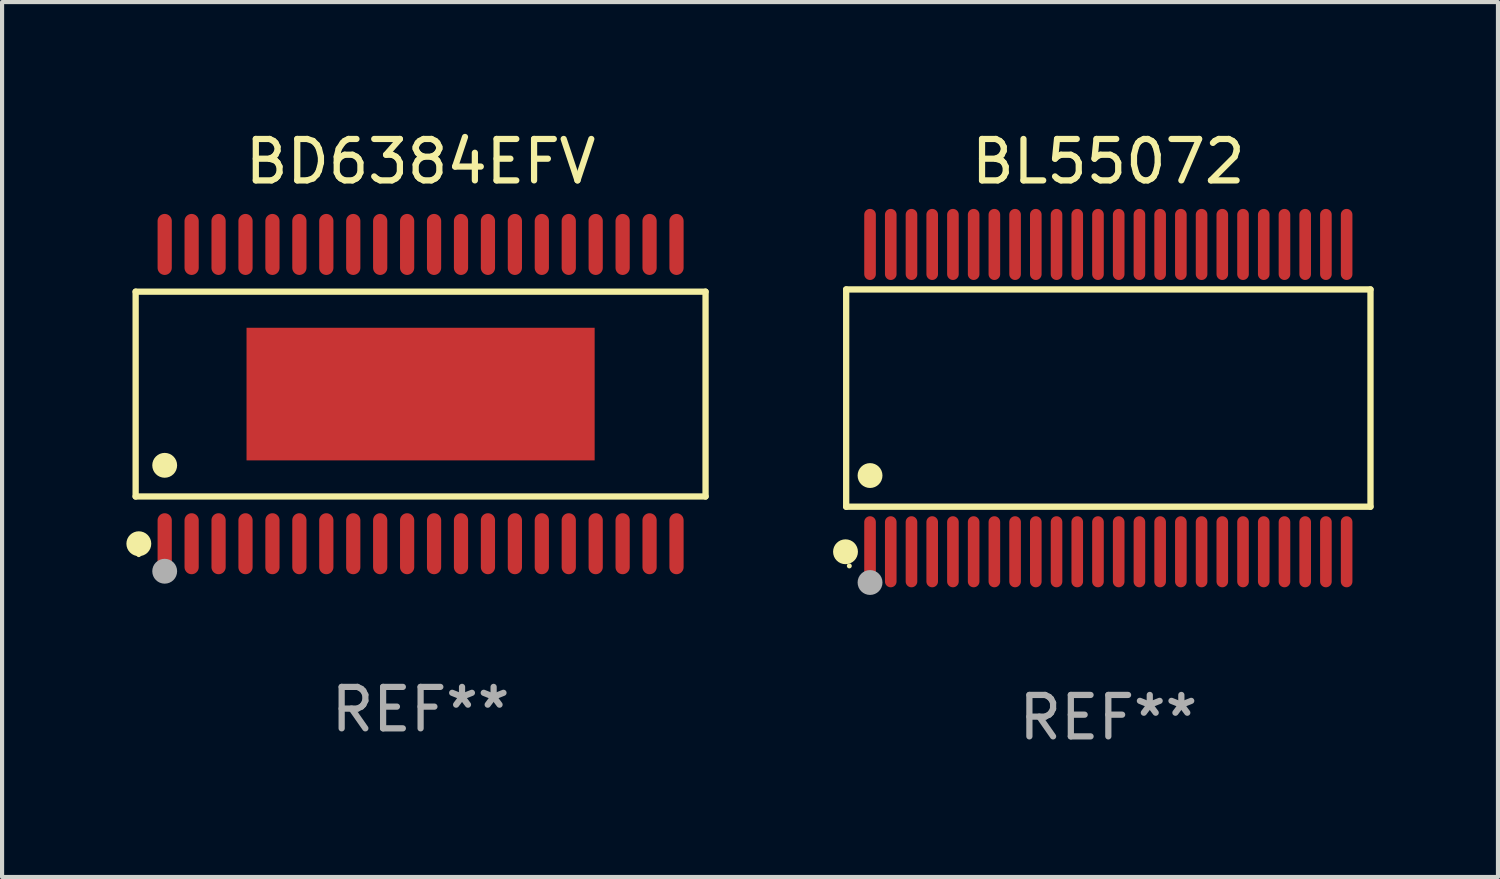
<source format=kicad_pcb>
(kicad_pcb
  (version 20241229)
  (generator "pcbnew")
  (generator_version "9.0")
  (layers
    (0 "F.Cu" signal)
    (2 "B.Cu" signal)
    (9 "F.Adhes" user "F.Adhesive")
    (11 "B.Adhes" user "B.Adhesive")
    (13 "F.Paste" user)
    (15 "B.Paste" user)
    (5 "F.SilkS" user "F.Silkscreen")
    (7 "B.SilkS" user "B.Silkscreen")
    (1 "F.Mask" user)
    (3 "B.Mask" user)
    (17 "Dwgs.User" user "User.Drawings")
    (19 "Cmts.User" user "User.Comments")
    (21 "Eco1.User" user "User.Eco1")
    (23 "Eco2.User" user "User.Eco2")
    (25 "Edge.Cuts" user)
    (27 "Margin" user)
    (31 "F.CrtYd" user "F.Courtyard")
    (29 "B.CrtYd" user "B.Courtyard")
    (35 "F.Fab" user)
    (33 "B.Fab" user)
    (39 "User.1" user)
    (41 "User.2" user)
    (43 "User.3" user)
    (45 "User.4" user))
  (footprint "BD6384EFV"
    (layer "F.Cu")
    (at 7.099 6.459)
    (property "Reference" "BD6384EFV" (at 0 -5.611 0) (layer "F.SilkS") (effects (font (size 1 1) (thickness 0.15))))
    (attr through_hole)
    (fp_line (start -6.876 -2.471) (end 6.876 -2.471) (stroke (width 0.152) (type solid)) (layer "F.SilkS"))
    (fp_line (start -6.876 2.471) (end -6.876 -2.471) (stroke (width 0.152) (type solid)) (layer "F.SilkS"))
    (fp_line (start 6.876 -2.471) (end 6.876 2.471) (stroke (width 0.152) (type solid)) (layer "F.SilkS"))
    (fp_line (start 6.876 2.471) (end -6.876 2.471) (stroke (width 0.152) (type solid)) (layer "F.SilkS"))
    (fp_circle (center -6.8 3.875) (end -6.77 3.875) (stroke (width 0.06) (type solid)) (fill no) (layer "F.SilkS"))
    (fp_circle (center -6.799 3.611) (end -6.649 3.611) (stroke (width 0.3) (type solid)) (fill no) (layer "F.SilkS"))
    (fp_circle (center -6.175 1.719) (end -6.025 1.719) (stroke (width 0.3) (type solid)) (fill no) (layer "F.SilkS"))
    (fp_circle (center -6.175 4.275) (end -6.025 4.275) (stroke (width 0.3) (type solid)) (fill no) (layer "F.Fab"))
    (fp_text user "REF**" (at 0 7.611 0) (layer "F.Fab") (effects (font (size 1 1) (thickness 0.15))))
    (pad "1" smd oval (at -6.175 3.611) (size 0.343 1.472) (layers "F.Cu" "F.Mask" "F.Paste"))
    (pad "2" smd oval (at -5.525 3.611) (size 0.343 1.472) (layers "F.Cu" "F.Mask" "F.Paste"))
    (pad "3" smd oval (at -4.875 3.611) (size 0.343 1.472) (layers "F.Cu" "F.Mask" "F.Paste"))
    (pad "4" smd oval (at -4.225 3.611) (size 0.343 1.472) (layers "F.Cu" "F.Mask" "F.Paste"))
    (pad "5" smd oval (at -3.575 3.611) (size 0.343 1.472) (layers "F.Cu" "F.Mask" "F.Paste"))
    (pad "6" smd oval (at -2.925 3.611) (size 0.343 1.472) (layers "F.Cu" "F.Mask" "F.Paste"))
    (pad "7" smd oval (at -2.275 3.611) (size 0.343 1.472) (layers "F.Cu" "F.Mask" "F.Paste"))
    (pad "8" smd oval (at -1.625 3.611) (size 0.343 1.472) (layers "F.Cu" "F.Mask" "F.Paste"))
    (pad "9" smd oval (at -0.975 3.611) (size 0.343 1.472) (layers "F.Cu" "F.Mask" "F.Paste"))
    (pad "10" smd oval (at -0.325 3.611) (size 0.343 1.472) (layers "F.Cu" "F.Mask" "F.Paste"))
    (pad "11" smd oval (at 0.325 3.611) (size 0.343 1.472) (layers "F.Cu" "F.Mask" "F.Paste"))
    (pad "12" smd oval (at 0.975 3.611) (size 0.343 1.472) (layers "F.Cu" "F.Mask" "F.Paste"))
    (pad "13" smd oval (at 1.625 3.611) (size 0.343 1.472) (layers "F.Cu" "F.Mask" "F.Paste"))
    (pad "14" smd oval (at 2.275 3.611) (size 0.343 1.472) (layers "F.Cu" "F.Mask" "F.Paste"))
    (pad "15" smd oval (at 2.925 3.611) (size 0.343 1.472) (layers "F.Cu" "F.Mask" "F.Paste"))
    (pad "16" smd oval (at 3.575 3.611) (size 0.343 1.472) (layers "F.Cu" "F.Mask" "F.Paste"))
    (pad "17" smd oval (at 4.225 3.611) (size 0.343 1.472) (layers "F.Cu" "F.Mask" "F.Paste"))
    (pad "18" smd oval (at 4.875 3.611) (size 0.343 1.472) (layers "F.Cu" "F.Mask" "F.Paste"))
    (pad "19" smd oval (at 5.525 3.611) (size 0.343 1.472) (layers "F.Cu" "F.Mask" "F.Paste"))
    (pad "20" smd oval (at 6.175 3.611) (size 0.343 1.472) (layers "F.Cu" "F.Mask" "F.Paste"))
    (pad "21" smd oval (at 6.175 -3.611) (size 0.343 1.472) (layers "F.Cu" "F.Mask" "F.Paste"))
    (pad "22" smd oval (at 5.525 -3.611) (size 0.343 1.472) (layers "F.Cu" "F.Mask" "F.Paste"))
    (pad "23" smd oval (at 4.875 -3.611) (size 0.343 1.472) (layers "F.Cu" "F.Mask" "F.Paste"))
    (pad "24" smd oval (at 4.225 -3.611) (size 0.343 1.472) (layers "F.Cu" "F.Mask" "F.Paste"))
    (pad "25" smd oval (at 3.575 -3.611) (size 0.343 1.472) (layers "F.Cu" "F.Mask" "F.Paste"))
    (pad "26" smd oval (at 2.925 -3.611) (size 0.343 1.472) (layers "F.Cu" "F.Mask" "F.Paste"))
    (pad "27" smd oval (at 2.275 -3.611) (size 0.343 1.472) (layers "F.Cu" "F.Mask" "F.Paste"))
    (pad "28" smd oval (at 1.625 -3.611) (size 0.343 1.472) (layers "F.Cu" "F.Mask" "F.Paste"))
    (pad "29" smd oval (at 0.975 -3.611) (size 0.343 1.472) (layers "F.Cu" "F.Mask" "F.Paste"))
    (pad "30" smd oval (at 0.325 -3.611) (size 0.343 1.472) (layers "F.Cu" "F.Mask" "F.Paste"))
    (pad "31" smd oval (at -0.325 -3.611) (size 0.343 1.472) (layers "F.Cu" "F.Mask" "F.Paste"))
    (pad "32" smd oval (at -0.975 -3.611) (size 0.343 1.472) (layers "F.Cu" "F.Mask" "F.Paste"))
    (pad "33" smd oval (at -1.625 -3.611) (size 0.343 1.472) (layers "F.Cu" "F.Mask" "F.Paste"))
    (pad "34" smd oval (at -2.275 -3.611) (size 0.343 1.472) (layers "F.Cu" "F.Mask" "F.Paste"))
    (pad "35" smd oval (at -2.925 -3.611) (size 0.343 1.472) (layers "F.Cu" "F.Mask" "F.Paste"))
    (pad "36" smd oval (at -3.575 -3.611) (size 0.343 1.472) (layers "F.Cu" "F.Mask" "F.Paste"))
    (pad "37" smd oval (at -4.225 -3.611) (size 0.343 1.472) (layers "F.Cu" "F.Mask" "F.Paste"))
    (pad "38" smd oval (at -4.875 -3.611) (size 0.343 1.472) (layers "F.Cu" "F.Mask" "F.Paste"))
    (pad "39" smd oval (at -5.525 -3.611) (size 0.343 1.472) (layers "F.Cu" "F.Mask" "F.Paste"))
    (pad "40" smd oval (at -6.175 -3.611) (size 0.343 1.472) (layers "F.Cu" "F.Mask" "F.Paste"))
    (pad "41" smd rect (at 0 0) (size 8.4 3.2) (layers "F.Cu" "F.Mask" "F.Paste")))
  (footprint "BL55072"
    (layer "F.Cu")
    (at 23.694 6.556)
    (property "Reference" "BL55072" (at 0 -5.708 0) (layer "F.SilkS") (effects (font (size 1 1) (thickness 0.15))))
    (attr through_hole)
    (fp_line (start -6.326 -2.622) (end 6.326 -2.622) (stroke (width 0.152) (type solid)) (layer "F.SilkS"))
    (fp_line (start -6.326 2.621) (end -6.326 -2.622) (stroke (width 0.152) (type solid)) (layer "F.SilkS"))
    (fp_line (start 6.326 -2.622) (end 6.326 2.621) (stroke (width 0.152) (type solid)) (layer "F.SilkS"))
    (fp_line (start 6.326 2.621) (end -6.326 2.621) (stroke (width 0.152) (type solid)) (layer "F.SilkS"))
    (fp_circle (center -6.342 3.708) (end -6.192 3.708) (stroke (width 0.3) (type solid)) (fill no) (layer "F.SilkS"))
    (fp_circle (center -6.25 4.05) (end -6.22 4.05) (stroke (width 0.06) (type solid)) (fill no) (layer "F.SilkS"))
    (fp_circle (center -5.75 1.869) (end -5.6 1.869) (stroke (width 0.3) (type solid)) (fill no) (layer "F.SilkS"))
    (fp_circle (center -5.75 4.45) (end -5.6 4.45) (stroke (width 0.3) (type solid)) (fill no) (layer "F.Fab"))
    (fp_text user "REF**" (at 0 7.708 0) (layer "F.Fab") (effects (font (size 1 1) (thickness 0.15))))
    (pad "1" smd oval (at -5.75 3.708) (size 0.28 1.715) (layers "F.Cu" "F.Mask" "F.Paste"))
    (pad "2" smd oval (at -5.25 3.708) (size 0.28 1.715) (layers "F.Cu" "F.Mask" "F.Paste"))
    (pad "3" smd oval (at -4.75 3.708) (size 0.28 1.715) (layers "F.Cu" "F.Mask" "F.Paste"))
    (pad "4" smd oval (at -4.25 3.708) (size 0.28 1.715) (layers "F.Cu" "F.Mask" "F.Paste"))
    (pad "5" smd oval (at -3.75 3.708) (size 0.28 1.715) (layers "F.Cu" "F.Mask" "F.Paste"))
    (pad "6" smd oval (at -3.25 3.708) (size 0.28 1.715) (layers "F.Cu" "F.Mask" "F.Paste"))
    (pad "7" smd oval (at -2.75 3.708) (size 0.28 1.715) (layers "F.Cu" "F.Mask" "F.Paste"))
    (pad "8" smd oval (at -2.25 3.708) (size 0.28 1.715) (layers "F.Cu" "F.Mask" "F.Paste"))
    (pad "9" smd oval (at -1.75 3.708) (size 0.28 1.715) (layers "F.Cu" "F.Mask" "F.Paste"))
    (pad "10" smd oval (at -1.25 3.708) (size 0.28 1.715) (layers "F.Cu" "F.Mask" "F.Paste"))
    (pad "11" smd oval (at -0.75 3.708) (size 0.28 1.715) (layers "F.Cu" "F.Mask" "F.Paste"))
    (pad "12" smd oval (at -0.25 3.708) (size 0.28 1.715) (layers "F.Cu" "F.Mask" "F.Paste"))
    (pad "13" smd oval (at 0.25 3.708) (size 0.28 1.715) (layers "F.Cu" "F.Mask" "F.Paste"))
    (pad "14" smd oval (at 0.75 3.708) (size 0.28 1.715) (layers "F.Cu" "F.Mask" "F.Paste"))
    (pad "15" smd oval (at 1.25 3.708) (size 0.28 1.715) (layers "F.Cu" "F.Mask" "F.Paste"))
    (pad "16" smd oval (at 1.75 3.708) (size 0.28 1.715) (layers "F.Cu" "F.Mask" "F.Paste"))
    (pad "17" smd oval (at 2.25 3.708) (size 0.28 1.715) (layers "F.Cu" "F.Mask" "F.Paste"))
    (pad "18" smd oval (at 2.75 3.708) (size 0.28 1.715) (layers "F.Cu" "F.Mask" "F.Paste"))
    (pad "19" smd oval (at 3.25 3.708) (size 0.28 1.715) (layers "F.Cu" "F.Mask" "F.Paste"))
    (pad "20" smd oval (at 3.75 3.708) (size 0.28 1.715) (layers "F.Cu" "F.Mask" "F.Paste"))
    (pad "21" smd oval (at 4.25 3.708) (size 0.28 1.715) (layers "F.Cu" "F.Mask" "F.Paste"))
    (pad "22" smd oval (at 4.75 3.708) (size 0.28 1.715) (layers "F.Cu" "F.Mask" "F.Paste"))
    (pad "23" smd oval (at 5.25 3.708) (size 0.28 1.715) (layers "F.Cu" "F.Mask" "F.Paste"))
    (pad "24" smd oval (at 5.75 3.708) (size 0.28 1.715) (layers "F.Cu" "F.Mask" "F.Paste"))
    (pad "25" smd oval (at 5.75 -3.708) (size 0.28 1.715) (layers "F.Cu" "F.Mask" "F.Paste"))
    (pad "26" smd oval (at 5.25 -3.708) (size 0.28 1.715) (layers "F.Cu" "F.Mask" "F.Paste"))
    (pad "27" smd oval (at 4.75 -3.708) (size 0.28 1.715) (layers "F.Cu" "F.Mask" "F.Paste"))
    (pad "28" smd oval (at 4.25 -3.708) (size 0.28 1.715) (layers "F.Cu" "F.Mask" "F.Paste"))
    (pad "29" smd oval (at 3.75 -3.708) (size 0.28 1.715) (layers "F.Cu" "F.Mask" "F.Paste"))
    (pad "30" smd oval (at 3.25 -3.708) (size 0.28 1.715) (layers "F.Cu" "F.Mask" "F.Paste"))
    (pad "31" smd oval (at 2.75 -3.708) (size 0.28 1.715) (layers "F.Cu" "F.Mask" "F.Paste"))
    (pad "32" smd oval (at 2.25 -3.708) (size 0.28 1.715) (layers "F.Cu" "F.Mask" "F.Paste"))
    (pad "33" smd oval (at 1.75 -3.708) (size 0.28 1.715) (layers "F.Cu" "F.Mask" "F.Paste"))
    (pad "34" smd oval (at 1.25 -3.708) (size 0.28 1.715) (layers "F.Cu" "F.Mask" "F.Paste"))
    (pad "35" smd oval (at 0.75 -3.708) (size 0.28 1.715) (layers "F.Cu" "F.Mask" "F.Paste"))
    (pad "36" smd oval (at 0.25 -3.708) (size 0.28 1.715) (layers "F.Cu" "F.Mask" "F.Paste"))
    (pad "37" smd oval (at -0.25 -3.708) (size 0.28 1.715) (layers "F.Cu" "F.Mask" "F.Paste"))
    (pad "38" smd oval (at -0.75 -3.708) (size 0.28 1.715) (layers "F.Cu" "F.Mask" "F.Paste"))
    (pad "39" smd oval (at -1.25 -3.708) (size 0.28 1.715) (layers "F.Cu" "F.Mask" "F.Paste"))
    (pad "40" smd oval (at -1.75 -3.708) (size 0.28 1.715) (layers "F.Cu" "F.Mask" "F.Paste"))
    (pad "41" smd oval (at -2.25 -3.708) (size 0.28 1.715) (layers "F.Cu" "F.Mask" "F.Paste"))
    (pad "42" smd oval (at -2.75 -3.708) (size 0.28 1.715) (layers "F.Cu" "F.Mask" "F.Paste"))
    (pad "43" smd oval (at -3.25 -3.708) (size 0.28 1.715) (layers "F.Cu" "F.Mask" "F.Paste"))
    (pad "44" smd oval (at -3.75 -3.708) (size 0.28 1.715) (layers "F.Cu" "F.Mask" "F.Paste"))
    (pad "45" smd oval (at -4.25 -3.708) (size 0.28 1.715) (layers "F.Cu" "F.Mask" "F.Paste"))
    (pad "46" smd oval (at -4.75 -3.708) (size 0.28 1.715) (layers "F.Cu" "F.Mask" "F.Paste"))
    (pad "47" smd oval (at -5.25 -3.708) (size 0.28 1.715) (layers "F.Cu" "F.Mask" "F.Paste"))
    (pad "48" smd oval (at -5.75 -3.708) (size 0.28 1.715) (layers "F.Cu" "F.Mask" "F.Paste")))
  (gr_rect
    (start -3 -3)
    (end 33.096 18.112)
    (stroke (width 0.1) (type default))
    (fill no)
    (layer "Edge.Cuts")))
</source>
